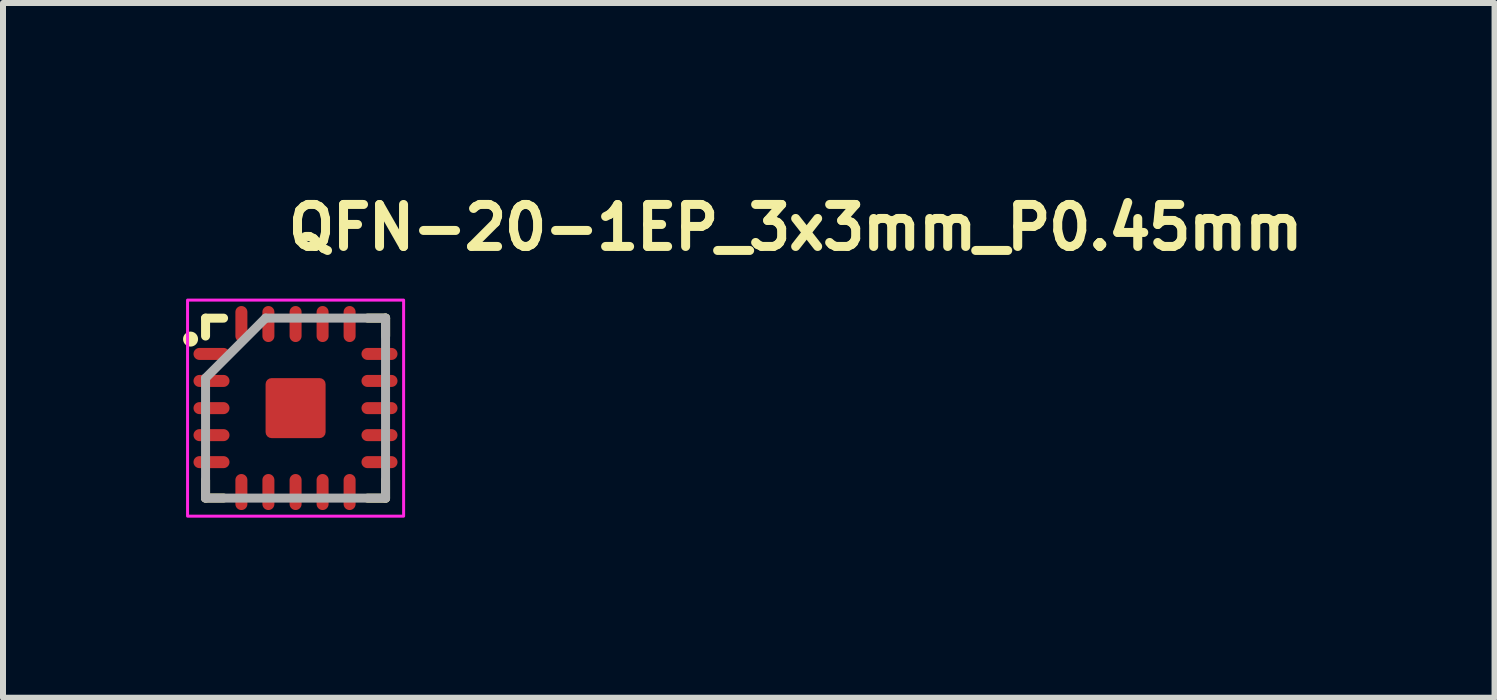
<source format=kicad_pcb>
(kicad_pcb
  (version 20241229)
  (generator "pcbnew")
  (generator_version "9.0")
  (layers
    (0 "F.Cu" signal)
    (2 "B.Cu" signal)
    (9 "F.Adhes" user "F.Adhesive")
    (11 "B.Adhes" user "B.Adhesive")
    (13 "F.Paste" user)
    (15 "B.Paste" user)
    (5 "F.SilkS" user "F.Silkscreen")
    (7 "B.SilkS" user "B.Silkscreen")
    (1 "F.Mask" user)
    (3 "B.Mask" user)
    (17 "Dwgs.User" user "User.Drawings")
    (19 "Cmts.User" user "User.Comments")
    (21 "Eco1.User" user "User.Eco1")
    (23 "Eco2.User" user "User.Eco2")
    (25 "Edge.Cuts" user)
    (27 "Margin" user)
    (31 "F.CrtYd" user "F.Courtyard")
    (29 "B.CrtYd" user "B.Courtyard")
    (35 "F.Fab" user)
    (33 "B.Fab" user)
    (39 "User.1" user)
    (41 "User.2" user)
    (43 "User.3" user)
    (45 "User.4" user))
  (footprint "QFN-20-1EP_3x3mm_P0.45mm"
    (layer "F.Cu")
    (at 1.875 3.75)
    (property "Reference" "QFN-20-1EP_3x3mm_P0.45mm" (at -0.2 -2.6 0) (layer "F.SilkS") (effects (font (size 0.7 0.7) (thickness 0.15)) (justify left bottom)))
    (attr smd)
    (fp_line (start -1.5 -1.499) (end -1.2 -1.499) (stroke (width 0.15) (type solid)) (layer "F.SilkS"))
    (fp_line (start -1.5 -1.201) (end -1.5 -1.499) (stroke (width 0.15) (type solid)) (layer "F.SilkS"))
    (fp_line (start -1.5 1.498) (end -1.5 1.2) (stroke (width 0.15) (type solid)) (layer "F.SilkS"))
    (fp_line (start -1.2 1.498) (end -1.5 1.498) (stroke (width 0.15) (type solid)) (layer "F.SilkS"))
    (fp_line (start 1.201 1.5) (end 1.499 1.5) (stroke (width 0.15) (type solid)) (layer "F.SilkS"))
    (fp_line (start 1.202 -1.5) (end 1.5 -1.5) (stroke (width 0.15) (type solid)) (layer "F.SilkS"))
    (fp_line (start 1.499 1.5) (end 1.499 1.202) (stroke (width 0.15) (type solid)) (layer "F.SilkS"))
    (fp_line (start 1.5 -1.5) (end 1.5 -1.2) (stroke (width 0.15) (type solid)) (layer "F.SilkS"))
    (fp_circle (center -1.75 -1.15) (end -1.7 -1.15) (stroke (width 0.15) (type solid)) (fill yes) (layer "F.SilkS"))
    (fp_rect (start -1.8 -1.8) (end 1.8 1.8) (stroke (width 0.05) (type solid)) (fill no) (layer "F.CrtYd"))
    (fp_line (start -1.5 -0.5) (end -1.5 1.499) (stroke (width 0.15) (type solid)) (layer "F.Fab"))
    (fp_line (start -1.5 1.499) (end 1.499 1.499) (stroke (width 0.15) (type solid)) (layer "F.Fab"))
    (fp_line (start -0.5 -1.5) (end -1.5 -0.5) (stroke (width 0.15) (type solid)) (layer "F.Fab"))
    (fp_line (start 1.499 -1.5) (end -0.5 -1.5) (stroke (width 0.15) (type solid)) (layer "F.Fab"))
    (fp_line (start 1.499 1.499) (end 1.499 -1.5) (stroke (width 0.15) (type solid)) (layer "F.Fab"))
    (fp_rect (start -1.5 -1.5) (end 1.499 1.499) (stroke (width 0.1) (type solid)) (fill no) (layer "User.5"))
    (fp_rect (start -1.5 -1.5) (end 1.499 1.499) (stroke (width 0.1) (type solid)) (fill no) (layer "User.5"))
    (fp_line (start -1.5 -0.952) (end -1.5 -0.85) (stroke (width 0.02) (type solid)) (layer "User.9"))
    (fp_line (start -1.5 -0.85) (end -1.45 -0.85) (stroke (width 0.02) (type solid)) (layer "User.9"))
    (fp_line (start -1.5 -0.5) (end -1.5 -0.403) (stroke (width 0.02) (type solid)) (layer "User.9"))
    (fp_line (start -1.5 -0.403) (end -1.45 -0.403) (stroke (width 0.02) (type solid)) (layer "User.9"))
    (fp_line (start -1.5 -0.053) (end -1.5 0.05) (stroke (width 0.02) (type solid)) (layer "User.9"))
    (fp_line (start -1.5 0.05) (end -1.45 0.05) (stroke (width 0.02) (type solid)) (layer "User.9"))
    (fp_line (start -1.5 0.4) (end -1.5 0.497) (stroke (width 0.02) (type solid)) (layer "User.9"))
    (fp_line (start -1.5 0.497) (end -1.45 0.497) (stroke (width 0.02) (type solid)) (layer "User.9"))
    (fp_line (start -1.5 0.847) (end -1.5 0.949) (stroke (width 0.02) (type solid)) (layer "User.9"))
    (fp_line (start -1.5 0.949) (end -1.45 0.949) (stroke (width 0.02) (type solid)) (layer "User.9"))
    (fp_line (start -1.45 -1.45) (end -1.45 1.449) (stroke (width 0.02) (type solid)) (layer "User.9"))
    (fp_line (start -1.45 -1.45) (end 1.449 -1.45) (stroke (width 0.02) (type solid)) (layer "User.9"))
    (fp_line (start -1.45 -0.952) (end -1.5 -0.952) (stroke (width 0.02) (type solid)) (layer "User.9"))
    (fp_line (start -1.45 -0.5) (end -1.5 -0.5) (stroke (width 0.02) (type solid)) (layer "User.9"))
    (fp_line (start -1.45 -0.053) (end -1.5 -0.053) (stroke (width 0.02) (type solid)) (layer "User.9"))
    (fp_line (start -1.45 0.4) (end -1.5 0.4) (stroke (width 0.02) (type solid)) (layer "User.9"))
    (fp_line (start -1.45 0.847) (end -1.5 0.847) (stroke (width 0.02) (type solid)) (layer "User.9"))
    (fp_line (start -1.45 1.449) (end 1.449 1.449) (stroke (width 0.02) (type solid)) (layer "User.9"))
    (fp_line (start -1.101 -1.012) (end -1.101 -1.006) (stroke (width 0.02) (type solid)) (layer "User.9"))
    (fp_line (start -1.101 -1.006) (end -1.101 -1) (stroke (width 0.02) (type solid)) (layer "User.9"))
    (fp_line (start -1.101 -1) (end -1.101 -1) (stroke (width 0.02) (type solid)) (layer "User.9"))
    (fp_line (start -1.101 -1) (end -1.101 -0.995) (stroke (width 0.02) (type solid)) (layer "User.9"))
    (fp_line (start -1.101 -0.995) (end -1.101 -0.99) (stroke (width 0.02) (type solid)) (layer "User.9"))
    (fp_line (start -1.101 -0.99) (end -1.099 -0.985) (stroke (width 0.02) (type solid)) (layer "User.9"))
    (fp_line (start -1.099 -1.022) (end -1.099 -1.016) (stroke (width 0.02) (type solid)) (layer "User.9"))
    (fp_line (start -1.099 -1.016) (end -1.101 -1.012) (stroke (width 0.02) (type solid)) (layer "User.9"))
    (fp_line (start -1.099 -0.985) (end -1.099 -0.98) (stroke (width 0.02) (type solid)) (layer "User.9"))
    (fp_line (start -1.099 -0.98) (end -1.097 -0.976) (stroke (width 0.02) (type solid)) (layer "User.9"))
    (fp_line (start -1.097 -1.031) (end -1.097 -1.025) (stroke (width 0.02) (type solid)) (layer "User.9"))
    (fp_line (start -1.097 -1.025) (end -1.099 -1.022) (stroke (width 0.02) (type solid)) (layer "User.9"))
    (fp_line (start -1.097 -0.976) (end -1.097 -0.971) (stroke (width 0.02) (type solid)) (layer "User.9"))
    (fp_line (start -1.097 -0.971) (end -1.095 -0.966) (stroke (width 0.02) (type solid)) (layer "User.9"))
    (fp_line (start -1.095 -1.035) (end -1.097 -1.031) (stroke (width 0.02) (type solid)) (layer "User.9"))
    (fp_line (start -1.095 -0.966) (end -1.093 -0.962) (stroke (width 0.02) (type solid)) (layer "User.9"))
    (fp_line (start -1.093 -1.039) (end -1.095 -1.035) (stroke (width 0.02) (type solid)) (layer "User.9"))
    (fp_line (start -1.093 -0.962) (end -1.091 -0.959) (stroke (width 0.02) (type solid)) (layer "User.9"))
    (fp_line (start -1.091 -1.045) (end -1.093 -1.039) (stroke (width 0.02) (type solid)) (layer "User.9"))
    (fp_line (start -1.091 -0.959) (end -1.089 -0.955) (stroke (width 0.02) (type solid)) (layer "User.9"))
    (fp_line (start -1.089 -1.049) (end -1.091 -1.045) (stroke (width 0.02) (type solid)) (layer "User.9"))
    (fp_line (start -1.089 -0.955) (end -1.087 -0.951) (stroke (width 0.02) (type solid)) (layer "User.9"))
    (fp_line (start -1.087 -1.053) (end -1.089 -1.049) (stroke (width 0.02) (type solid)) (layer "User.9"))
    (fp_line (start -1.087 -0.951) (end -1.083 -0.947) (stroke (width 0.02) (type solid)) (layer "User.9"))
    (fp_line (start -1.083 -1.057) (end -1.087 -1.053) (stroke (width 0.02) (type solid)) (layer "User.9"))
    (fp_line (start -1.083 -0.947) (end -1.081 -0.943) (stroke (width 0.02) (type solid)) (layer "User.9"))
    (fp_line (start -1.081 -1.061) (end -1.083 -1.057) (stroke (width 0.02) (type solid)) (layer "User.9"))
    (fp_line (start -1.081 -0.943) (end -1.079 -0.939) (stroke (width 0.02) (type solid)) (layer "User.9"))
    (fp_line (start -1.079 -1.065) (end -1.081 -1.061) (stroke (width 0.02) (type solid)) (layer "User.9"))
    (fp_line (start -1.079 -0.939) (end -1.075 -0.935) (stroke (width 0.02) (type solid)) (layer "User.9"))
    (fp_line (start -1.075 -1.069) (end -1.079 -1.065) (stroke (width 0.02) (type solid)) (layer "User.9"))
    (fp_line (start -1.075 -0.935) (end -1.071 -0.932) (stroke (width 0.02) (type solid)) (layer "User.9"))
    (fp_line (start -1.071 -1.071) (end -1.075 -1.069) (stroke (width 0.02) (type solid)) (layer "User.9"))
    (fp_line (start -1.071 -0.932) (end -1.069 -0.928) (stroke (width 0.02) (type solid)) (layer "User.9"))
    (fp_line (start -1.069 -1.075) (end -1.071 -1.071) (stroke (width 0.02) (type solid)) (layer "User.9"))
    (fp_line (start -1.069 -0.928) (end -1.065 -0.925) (stroke (width 0.02) (type solid)) (layer "User.9"))
    (fp_line (start -1.065 -1.079) (end -1.069 -1.075) (stroke (width 0.02) (type solid)) (layer "User.9"))
    (fp_line (start -1.065 -0.925) (end -1.061 -0.922) (stroke (width 0.02) (type solid)) (layer "User.9"))
    (fp_line (start -1.061 -1.081) (end -1.065 -1.079) (stroke (width 0.02) (type solid)) (layer "User.9"))
    (fp_line (start -1.061 -0.922) (end -1.057 -0.92) (stroke (width 0.02) (type solid)) (layer "User.9"))
    (fp_line (start -1.057 -1.083) (end -1.061 -1.081) (stroke (width 0.02) (type solid)) (layer "User.9"))
    (fp_line (start -1.057 -0.92) (end -1.053 -0.917) (stroke (width 0.02) (type solid)) (layer "User.9"))
    (fp_line (start -1.053 -1.087) (end -1.057 -1.083) (stroke (width 0.02) (type solid)) (layer "User.9"))
    (fp_line (start -1.053 -0.917) (end -1.049 -0.915) (stroke (width 0.02) (type solid)) (layer "User.9"))
    (fp_line (start -1.049 -1.089) (end -1.053 -1.087) (stroke (width 0.02) (type solid)) (layer "User.9"))
    (fp_line (start -1.049 -0.915) (end -1.045 -0.912) (stroke (width 0.02) (type solid)) (layer "User.9"))
    (fp_line (start -1.045 -1.091) (end -1.049 -1.089) (stroke (width 0.02) (type solid)) (layer "User.9"))
    (fp_line (start -1.045 -0.912) (end -1.039 -0.91) (stroke (width 0.02) (type solid)) (layer "User.9"))
    (fp_line (start -1.039 -1.093) (end -1.045 -1.091) (stroke (width 0.02) (type solid)) (layer "User.9"))
    (fp_line (start -1.039 -0.91) (end -1.035 -0.909) (stroke (width 0.02) (type solid)) (layer "User.9"))
    (fp_line (start -1.035 -1.095) (end -1.039 -1.093) (stroke (width 0.02) (type solid)) (layer "User.9"))
    (fp_line (start -1.035 -0.909) (end -1.031 -0.907) (stroke (width 0.02) (type solid)) (layer "User.9"))
    (fp_line (start -1.031 -1.097) (end -1.035 -1.095) (stroke (width 0.02) (type solid)) (layer "User.9"))
    (fp_line (start -1.031 -0.907) (end -1.025 -0.906) (stroke (width 0.02) (type solid)) (layer "User.9"))
    (fp_line (start -1.025 -1.097) (end -1.031 -1.097) (stroke (width 0.02) (type solid)) (layer "User.9"))
    (fp_line (start -1.025 -0.906) (end -1.022 -0.905) (stroke (width 0.02) (type solid)) (layer "User.9"))
    (fp_line (start -1.022 -1.099) (end -1.025 -1.097) (stroke (width 0.02) (type solid)) (layer "User.9"))
    (fp_line (start -1.022 -0.905) (end -1.016 -0.904) (stroke (width 0.02) (type solid)) (layer "User.9"))
    (fp_line (start -1.016 -1.099) (end -1.022 -1.099) (stroke (width 0.02) (type solid)) (layer "User.9"))
    (fp_line (start -1.016 -0.904) (end -1.012 -0.903) (stroke (width 0.02) (type solid)) (layer "User.9"))
    (fp_line (start -1.012 -1.101) (end -1.016 -1.099) (stroke (width 0.02) (type solid)) (layer "User.9"))
    (fp_line (start -1.012 -0.903) (end -1.006 -0.903) (stroke (width 0.02) (type solid)) (layer "User.9"))
    (fp_line (start -1.006 -1.101) (end -1.012 -1.101) (stroke (width 0.02) (type solid)) (layer "User.9"))
    (fp_line (start -1.006 -0.903) (end -1 -0.903) (stroke (width 0.02) (type solid)) (layer "User.9"))
    (fp_line (start -1 -1.101) (end -1.006 -1.101) (stroke (width 0.02) (type solid)) (layer "User.9"))
    (fp_line (start -1 -1.101) (end -1 -1.101) (stroke (width 0.02) (type solid)) (layer "User.9"))
    (fp_line (start -1 -0.903) (end -1 -0.903) (stroke (width 0.02) (type solid)) (layer "User.9"))
    (fp_line (start -1 -0.903) (end -0.995 -0.903) (stroke (width 0.02) (type solid)) (layer "User.9"))
    (fp_line (start -0.995 -1.101) (end -1 -1.101) (stroke (width 0.02) (type solid)) (layer "User.9"))
    (fp_line (start -0.995 -0.903) (end -0.99 -0.903) (stroke (width 0.02) (type solid)) (layer "User.9"))
    (fp_line (start -0.99 -1.101) (end -0.995 -1.101) (stroke (width 0.02) (type solid)) (layer "User.9"))
    (fp_line (start -0.99 -0.903) (end -0.985 -0.904) (stroke (width 0.02) (type solid)) (layer "User.9"))
    (fp_line (start -0.985 -1.099) (end -0.99 -1.101) (stroke (width 0.02) (type solid)) (layer "User.9"))
    (fp_line (start -0.985 -0.904) (end -0.98 -0.905) (stroke (width 0.02) (type solid)) (layer "User.9"))
    (fp_line (start -0.98 -1.099) (end -0.985 -1.099) (stroke (width 0.02) (type solid)) (layer "User.9"))
    (fp_line (start -0.98 -0.905) (end -0.976 -0.906) (stroke (width 0.02) (type solid)) (layer "User.9"))
    (fp_line (start -0.976 -1.097) (end -0.98 -1.099) (stroke (width 0.02) (type solid)) (layer "User.9"))
    (fp_line (start -0.976 -0.906) (end -0.971 -0.907) (stroke (width 0.02) (type solid)) (layer "User.9"))
    (fp_line (start -0.971 -1.097) (end -0.976 -1.097) (stroke (width 0.02) (type solid)) (layer "User.9"))
    (fp_line (start -0.971 -0.907) (end -0.966 -0.909) (stroke (width 0.02) (type solid)) (layer "User.9"))
    (fp_line (start -0.966 -1.095) (end -0.971 -1.097) (stroke (width 0.02) (type solid)) (layer "User.9"))
    (fp_line (start -0.966 -0.909) (end -0.962 -0.91) (stroke (width 0.02) (type solid)) (layer "User.9"))
    (fp_line (start -0.962 -1.093) (end -0.966 -1.095) (stroke (width 0.02) (type solid)) (layer "User.9"))
    (fp_line (start -0.962 -0.91) (end -0.959 -0.912) (stroke (width 0.02) (type solid)) (layer "User.9"))
    (fp_line (start -0.959 -1.091) (end -0.962 -1.093) (stroke (width 0.02) (type solid)) (layer "User.9"))
    (fp_line (start -0.959 -0.912) (end -0.955 -0.915) (stroke (width 0.02) (type solid)) (layer "User.9"))
    (fp_line (start -0.955 -1.089) (end -0.959 -1.091) (stroke (width 0.02) (type solid)) (layer "User.9"))
    (fp_line (start -0.955 -0.915) (end -0.951 -0.917) (stroke (width 0.02) (type solid)) (layer "User.9"))
    (fp_line (start -0.952 -1.5) (end -0.952 -1.45) (stroke (width 0.02) (type solid)) (layer "User.9"))
    (fp_line (start -0.952 1.449) (end -0.952 1.499) (stroke (width 0.02) (type solid)) (layer "User.9"))
    (fp_line (start -0.952 1.499) (end -0.85 1.499) (stroke (width 0.02) (type solid)) (layer "User.9"))
    (fp_line (start -0.951 -1.087) (end -0.955 -1.089) (stroke (width 0.02) (type solid)) (layer "User.9"))
    (fp_line (start -0.951 -0.917) (end -0.947 -0.92) (stroke (width 0.02) (type solid)) (layer "User.9"))
    (fp_line (start -0.947 -1.083) (end -0.951 -1.087) (stroke (width 0.02) (type solid)) (layer "User.9"))
    (fp_line (start -0.947 -0.92) (end -0.943 -0.922) (stroke (width 0.02) (type solid)) (layer "User.9"))
    (fp_line (start -0.943 -1.081) (end -0.947 -1.083) (stroke (width 0.02) (type solid)) (layer "User.9"))
    (fp_line (start -0.943 -0.922) (end -0.939 -0.925) (stroke (width 0.02) (type solid)) (layer "User.9"))
    (fp_line (start -0.939 -1.079) (end -0.943 -1.081) (stroke (width 0.02) (type solid)) (layer "User.9"))
    (fp_line (start -0.939 -0.925) (end -0.935 -0.928) (stroke (width 0.02) (type solid)) (layer "User.9"))
    (fp_line (start -0.935 -1.075) (end -0.939 -1.079) (stroke (width 0.02) (type solid)) (layer "User.9"))
    (fp_line (start -0.935 -0.928) (end -0.932 -0.932) (stroke (width 0.02) (type solid)) (layer "User.9"))
    (fp_line (start -0.932 -1.071) (end -0.935 -1.075) (stroke (width 0.02) (type solid)) (layer "User.9"))
    (fp_line (start -0.932 -0.932) (end -0.928 -0.935) (stroke (width 0.02) (type solid)) (layer "User.9"))
    (fp_line (start -0.928 -1.069) (end -0.932 -1.071) (stroke (width 0.02) (type solid)) (layer "User.9"))
    (fp_line (start -0.928 -0.935) (end -0.925 -0.939) (stroke (width 0.02) (type solid)) (layer "User.9"))
    (fp_line (start -0.925 -1.065) (end -0.928 -1.069) (stroke (width 0.02) (type solid)) (layer "User.9"))
    (fp_line (start -0.925 -0.939) (end -0.922 -0.943) (stroke (width 0.02) (type solid)) (layer "User.9"))
    (fp_line (start -0.922 -1.061) (end -0.925 -1.065) (stroke (width 0.02) (type solid)) (layer "User.9"))
    (fp_line (start -0.922 -0.943) (end -0.92 -0.947) (stroke (width 0.02) (type solid)) (layer "User.9"))
    (fp_line (start -0.92 -1.057) (end -0.922 -1.061) (stroke (width 0.02) (type solid)) (layer "User.9"))
    (fp_line (start -0.92 -0.947) (end -0.917 -0.951) (stroke (width 0.02) (type solid)) (layer "User.9"))
    (fp_line (start -0.917 -1.053) (end -0.92 -1.057) (stroke (width 0.02) (type solid)) (layer "User.9"))
    (fp_line (start -0.917 -0.951) (end -0.915 -0.955) (stroke (width 0.02) (type solid)) (layer "User.9"))
    (fp_line (start -0.915 -1.049) (end -0.917 -1.053) (stroke (width 0.02) (type solid)) (layer "User.9"))
    (fp_line (start -0.915 -0.955) (end -0.912 -0.959) (stroke (width 0.02) (type solid)) (layer "User.9"))
    (fp_line (start -0.912 -1.045) (end -0.915 -1.049) (stroke (width 0.02) (type solid)) (layer "User.9"))
    (fp_line (start -0.912 -0.959) (end -0.91 -0.962) (stroke (width 0.02) (type solid)) (layer "User.9"))
    (fp_line (start -0.91 -1.039) (end -0.912 -1.045) (stroke (width 0.02) (type solid)) (layer "User.9"))
    (fp_line (start -0.91 -0.962) (end -0.909 -0.966) (stroke (width 0.02) (type solid)) (layer "User.9"))
    (fp_line (start -0.909 -1.035) (end -0.91 -1.039) (stroke (width 0.02) (type solid)) (layer "User.9"))
    (fp_line (start -0.909 -0.966) (end -0.907 -0.971) (stroke (width 0.02) (type solid)) (layer "User.9"))
    (fp_line (start -0.907 -1.031) (end -0.909 -1.035) (stroke (width 0.02) (type solid)) (layer "User.9"))
    (fp_line (start -0.907 -0.971) (end -0.906 -0.976) (stroke (width 0.02) (type solid)) (layer "User.9"))
    (fp_line (start -0.906 -1.025) (end -0.907 -1.031) (stroke (width 0.02) (type solid)) (layer "User.9"))
    (fp_line (start -0.906 -0.976) (end -0.905 -0.98) (stroke (width 0.02) (type solid)) (layer "User.9"))
    (fp_line (start -0.905 -1.022) (end -0.906 -1.025) (stroke (width 0.02) (type solid)) (layer "User.9"))
    (fp_line (start -0.905 -0.98) (end -0.904 -0.985) (stroke (width 0.02) (type solid)) (layer "User.9"))
    (fp_line (start -0.904 -1.016) (end -0.905 -1.022) (stroke (width 0.02) (type solid)) (layer "User.9"))
    (fp_line (start -0.904 -0.985) (end -0.903 -0.99) (stroke (width 0.02) (type solid)) (layer "User.9"))
    (fp_line (start -0.903 -1.012) (end -0.904 -1.016) (stroke (width 0.02) (type solid)) (layer "User.9"))
    (fp_line (start -0.903 -1.006) (end -0.903 -1.012) (stroke (width 0.02) (type solid)) (layer "User.9"))
    (fp_line (start -0.903 -1) (end -0.903 -1.006) (stroke (width 0.02) (type solid)) (layer "User.9"))
    (fp_line (start -0.903 -1) (end -0.903 -1) (stroke (width 0.02) (type solid)) (layer "User.9"))
    (fp_line (start -0.903 -1) (end -0.903 -1) (stroke (width 0.02) (type solid)) (layer "User.9"))
    (fp_line (start -0.903 -0.995) (end -0.903 -1) (stroke (width 0.02) (type solid)) (layer "User.9"))
    (fp_line (start -0.903 -0.99) (end -0.903 -0.995) (stroke (width 0.02) (type solid)) (layer "User.9"))
    (fp_line (start -0.85 -1.5) (end -0.952 -1.5) (stroke (width 0.02) (type solid)) (layer "User.9"))
    (fp_line (start -0.85 -1.45) (end -0.85 -1.5) (stroke (width 0.02) (type solid)) (layer "User.9"))
    (fp_line (start -0.85 1.499) (end -0.85 1.449) (stroke (width 0.02) (type solid)) (layer "User.9"))
    (fp_line (start -0.5 -1.5) (end -0.5 -1.45) (stroke (width 0.02) (type solid)) (layer "User.9"))
    (fp_line (start -0.5 1.449) (end -0.5 1.499) (stroke (width 0.02) (type solid)) (layer "User.9"))
    (fp_line (start -0.5 1.499) (end -0.403 1.499) (stroke (width 0.02) (type solid)) (layer "User.9"))
    (fp_line (start -0.403 -1.5) (end -0.5 -1.5) (stroke (width 0.02) (type solid)) (layer "User.9"))
    (fp_line (start -0.403 -1.45) (end -0.403 -1.5) (stroke (width 0.02) (type solid)) (layer "User.9"))
    (fp_line (start -0.403 1.499) (end -0.403 1.449) (stroke (width 0.02) (type solid)) (layer "User.9"))
    (fp_line (start -0.053 -1.5) (end -0.053 -1.45) (stroke (width 0.02) (type solid)) (layer "User.9"))
    (fp_line (start -0.053 1.449) (end -0.053 1.499) (stroke (width 0.02) (type solid)) (layer "User.9"))
    (fp_line (start -0.053 1.499) (end 0.05 1.499) (stroke (width 0.02) (type solid)) (layer "User.9"))
    (fp_line (start 0.05 -1.5) (end -0.053 -1.5) (stroke (width 0.02) (type solid)) (layer "User.9"))
    (fp_line (start 0.05 -1.45) (end 0.05 -1.5) (stroke (width 0.02) (type solid)) (layer "User.9"))
    (fp_line (start 0.05 1.499) (end 0.05 1.449) (stroke (width 0.02) (type solid)) (layer "User.9"))
    (fp_line (start 0.4 -1.5) (end 0.4 -1.45) (stroke (width 0.02) (type solid)) (layer "User.9"))
    (fp_line (start 0.4 1.449) (end 0.4 1.499) (stroke (width 0.02) (type solid)) (layer "User.9"))
    (fp_line (start 0.4 1.499) (end 0.497 1.499) (stroke (width 0.02) (type solid)) (layer "User.9"))
    (fp_line (start 0.497 -1.5) (end 0.4 -1.5) (stroke (width 0.02) (type solid)) (layer "User.9"))
    (fp_line (start 0.497 -1.45) (end 0.497 -1.5) (stroke (width 0.02) (type solid)) (layer "User.9"))
    (fp_line (start 0.497 1.499) (end 0.497 1.449) (stroke (width 0.02) (type solid)) (layer "User.9"))
    (fp_line (start 0.847 -1.5) (end 0.847 -1.45) (stroke (width 0.02) (type solid)) (layer "User.9"))
    (fp_line (start 0.847 1.449) (end 0.847 1.499) (stroke (width 0.02) (type solid)) (layer "User.9"))
    (fp_line (start 0.847 1.499) (end 0.949 1.499) (stroke (width 0.02) (type solid)) (layer "User.9"))
    (fp_line (start 0.949 -1.5) (end 0.847 -1.5) (stroke (width 0.02) (type solid)) (layer "User.9"))
    (fp_line (start 0.949 -1.45) (end 0.949 -1.5) (stroke (width 0.02) (type solid)) (layer "User.9"))
    (fp_line (start 0.949 1.499) (end 0.949 1.449) (stroke (width 0.02) (type solid)) (layer "User.9"))
    (fp_line (start 1.449 -1.45) (end 1.449 1.449) (stroke (width 0.02) (type solid)) (layer "User.9"))
    (fp_line (start 1.449 -0.85) (end 1.499 -0.85) (stroke (width 0.02) (type solid)) (layer "User.9"))
    (fp_line (start 1.449 -0.403) (end 1.499 -0.403) (stroke (width 0.02) (type solid)) (layer "User.9"))
    (fp_line (start 1.449 0.05) (end 1.499 0.05) (stroke (width 0.02) (type solid)) (layer "User.9"))
    (fp_line (start 1.449 0.497) (end 1.499 0.497) (stroke (width 0.02) (type solid)) (layer "User.9"))
    (fp_line (start 1.449 0.949) (end 1.499 0.949) (stroke (width 0.02) (type solid)) (layer "User.9"))
    (fp_line (start 1.499 -0.952) (end 1.449 -0.952) (stroke (width 0.02) (type solid)) (layer "User.9"))
    (fp_line (start 1.499 -0.85) (end 1.499 -0.952) (stroke (width 0.02) (type solid)) (layer "User.9"))
    (fp_line (start 1.499 -0.5) (end 1.449 -0.5) (stroke (width 0.02) (type solid)) (layer "User.9"))
    (fp_line (start 1.499 -0.403) (end 1.499 -0.5) (stroke (width 0.02) (type solid)) (layer "User.9"))
    (fp_line (start 1.499 -0.053) (end 1.449 -0.053) (stroke (width 0.02) (type solid)) (layer "User.9"))
    (fp_line (start 1.499 0.05) (end 1.499 -0.053) (stroke (width 0.02) (type solid)) (layer "User.9"))
    (fp_line (start 1.499 0.4) (end 1.449 0.4) (stroke (width 0.02) (type solid)) (layer "User.9"))
    (fp_line (start 1.499 0.497) (end 1.499 0.4) (stroke (width 0.02) (type solid)) (layer "User.9"))
    (fp_line (start 1.499 0.847) (end 1.449 0.847) (stroke (width 0.02) (type solid)) (layer "User.9"))
    (fp_line (start 1.499 0.949) (end 1.499 0.847) (stroke (width 0.02) (type solid)) (layer "User.9"))
    (pad "1" smd oval (at -1.401 -0.903 90) (size 0.2 0.6) (layers "F.Cu" "F.Mask" "F.Paste"))
    (pad "2" smd oval (at -1.401 -0.453 90) (size 0.2 0.6) (layers "F.Cu" "F.Mask" "F.Paste"))
    (pad "3" smd oval (at -1.401 0 90) (size 0.2 0.6) (layers "F.Cu" "F.Mask" "F.Paste"))
    (pad "4" smd oval (at -1.401 0.45 90) (size 0.2 0.6) (layers "F.Cu" "F.Mask" "F.Paste"))
    (pad "5" smd oval (at -1.401 0.9 90) (size 0.2 0.6) (layers "F.Cu" "F.Mask" "F.Paste"))
    (pad "6" smd oval (at -0.903 1.398) (size 0.2 0.6) (layers "F.Cu" "F.Mask" "F.Paste"))
    (pad "7" smd oval (at -0.453 1.398) (size 0.2 0.6) (layers "F.Cu" "F.Mask" "F.Paste"))
    (pad "8" smd oval (at 0 1.398) (size 0.2 0.6) (layers "F.Cu" "F.Mask" "F.Paste"))
    (pad "9" smd oval (at 0.45 1.398) (size 0.2 0.6) (layers "F.Cu" "F.Mask" "F.Paste"))
    (pad "10" smd oval (at 0.9 1.398) (size 0.2 0.6) (layers "F.Cu" "F.Mask" "F.Paste"))
    (pad "11" smd oval (at 1.398 0.9 90) (size 0.2 0.6) (layers "F.Cu" "F.Mask" "F.Paste"))
    (pad "12" smd oval (at 1.398 0.45 90) (size 0.2 0.6) (layers "F.Cu" "F.Mask" "F.Paste"))
    (pad "13" smd oval (at 1.398 0 90) (size 0.2 0.6) (layers "F.Cu" "F.Mask" "F.Paste"))
    (pad "14" smd oval (at 1.398 -0.453 90) (size 0.2 0.6) (layers "F.Cu" "F.Mask" "F.Paste"))
    (pad "15" smd oval (at 1.398 -0.903 90) (size 0.2 0.6) (layers "F.Cu" "F.Mask" "F.Paste"))
    (pad "16" smd oval (at 0.9 -1.401) (size 0.2 0.6) (layers "F.Cu" "F.Mask" "F.Paste"))
    (pad "17" smd oval (at 0.45 -1.401) (size 0.2 0.6) (layers "F.Cu" "F.Mask" "F.Paste"))
    (pad "18" smd oval (at 0 -1.401) (size 0.2 0.6) (layers "F.Cu" "F.Mask" "F.Paste"))
    (pad "19" smd oval (at -0.453 -1.401) (size 0.2 0.6) (layers "F.Cu" "F.Mask" "F.Paste"))
    (pad "20" smd oval (at -0.903 -1.401) (size 0.2 0.6) (layers "F.Cu" "F.Mask" "F.Paste"))
    (pad "21" smd roundrect (at 0 0) (size 1 1) (layers "F.Cu" "F.Mask" "F.Paste") (roundrect_rratio 0.1)))
  (gr_rect
    (start -3 -3)
    (end 21.852 8.575)
    (stroke (width 0.1) (type default))
    (fill no)
    (layer "Edge.Cuts")))
</source>
